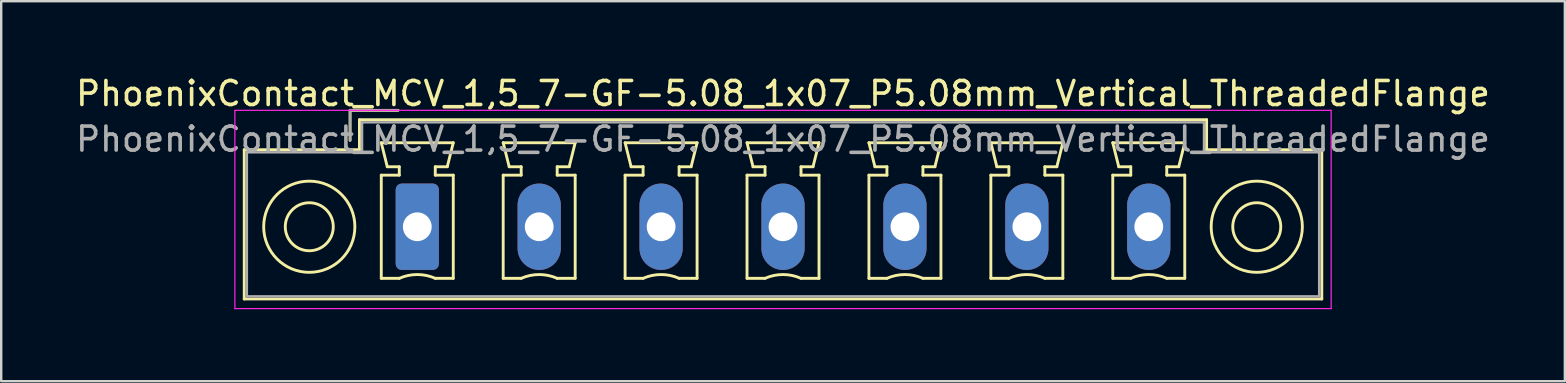
<source format=kicad_pcb>
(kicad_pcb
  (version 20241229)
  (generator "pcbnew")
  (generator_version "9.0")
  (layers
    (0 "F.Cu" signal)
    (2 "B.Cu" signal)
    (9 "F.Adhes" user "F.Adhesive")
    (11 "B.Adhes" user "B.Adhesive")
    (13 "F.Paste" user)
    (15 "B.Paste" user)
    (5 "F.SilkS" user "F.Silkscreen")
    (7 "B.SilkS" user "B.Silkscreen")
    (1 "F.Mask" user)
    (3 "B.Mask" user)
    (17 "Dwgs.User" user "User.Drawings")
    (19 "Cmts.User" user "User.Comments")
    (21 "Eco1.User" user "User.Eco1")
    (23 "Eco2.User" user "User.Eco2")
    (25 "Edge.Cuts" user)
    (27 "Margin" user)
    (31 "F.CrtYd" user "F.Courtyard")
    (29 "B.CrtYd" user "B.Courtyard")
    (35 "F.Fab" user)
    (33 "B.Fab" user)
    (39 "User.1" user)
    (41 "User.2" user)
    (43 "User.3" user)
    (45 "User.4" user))
  (footprint "PhoenixContact_MCV_1,5_7-GF-5.08_1x07_P5.08mm_Vertical_ThreadedFlange"
    (layer "F.Cu")
    (at 14.337 6.398)
    (property "Reference" "PhoenixContact_MCV_1,5_7-GF-5.08_1x07_P5.08mm_Vertical_ThreadedFlange" (at 15.24 -5.55 0) (layer "F.SilkS") (effects (font (size 1 1) (thickness 0.15))))
    (attr through_hole)
    (fp_line (start -7.21 -3.21) (end -7.21 3.01) (stroke (width 0.12) (type solid)) (layer "F.SilkS"))
    (fp_line (start -7.21 3.01) (end 37.69 3.01) (stroke (width 0.12) (type solid)) (layer "F.SilkS"))
    (fp_line (start -2.8 -4.85) (end -0.8 -4.85) (stroke (width 0.12) (type solid)) (layer "F.SilkS"))
    (fp_line (start -2.8 -3.6) (end -2.8 -4.85) (stroke (width 0.12) (type solid)) (layer "F.SilkS"))
    (fp_line (start -2.41 -4.46) (end -2.41 -3.21) (stroke (width 0.12) (type solid)) (layer "F.SilkS"))
    (fp_line (start -2.41 -3.21) (end -7.21 -3.21) (stroke (width 0.12) (type solid)) (layer "F.SilkS"))
    (fp_line (start -1.5 -3.5) (end 1.5 -3.5) (stroke (width 0.12) (type solid)) (layer "F.SilkS"))
    (fp_line (start -1.5 -2.15) (end -0.75 -2.15) (stroke (width 0.12) (type solid)) (layer "F.SilkS"))
    (fp_line (start -1.5 2.15) (end -1.5 -2.15) (stroke (width 0.12) (type solid)) (layer "F.SilkS"))
    (fp_line (start -1.25 -2.5) (end -1.5 -3.5) (stroke (width 0.12) (type solid)) (layer "F.SilkS"))
    (fp_line (start -0.75 -2.5) (end -1.25 -2.5) (stroke (width 0.12) (type solid)) (layer "F.SilkS"))
    (fp_line (start -0.75 -2.15) (end -0.75 -2.5) (stroke (width 0.12) (type solid)) (layer "F.SilkS"))
    (fp_line (start -0.75 2.15) (end -1.5 2.15) (stroke (width 0.12) (type solid)) (layer "F.SilkS"))
    (fp_line (start 0.75 -2.5) (end 0.75 -2.15) (stroke (width 0.12) (type solid)) (layer "F.SilkS"))
    (fp_line (start 0.75 -2.15) (end 1.5 -2.15) (stroke (width 0.12) (type solid)) (layer "F.SilkS"))
    (fp_line (start 1.25 -2.5) (end 0.75 -2.5) (stroke (width 0.12) (type solid)) (layer "F.SilkS"))
    (fp_line (start 1.5 -3.5) (end 1.25 -2.5) (stroke (width 0.12) (type solid)) (layer "F.SilkS"))
    (fp_line (start 1.5 -2.15) (end 1.5 2.15) (stroke (width 0.12) (type solid)) (layer "F.SilkS"))
    (fp_line (start 1.5 2.15) (end 0.75 2.15) (stroke (width 0.12) (type solid)) (layer "F.SilkS"))
    (fp_line (start 3.58 -3.5) (end 6.58 -3.5) (stroke (width 0.12) (type solid)) (layer "F.SilkS"))
    (fp_line (start 3.58 -2.15) (end 4.33 -2.15) (stroke (width 0.12) (type solid)) (layer "F.SilkS"))
    (fp_line (start 3.58 2.15) (end 3.58 -2.15) (stroke (width 0.12) (type solid)) (layer "F.SilkS"))
    (fp_line (start 3.83 -2.5) (end 3.58 -3.5) (stroke (width 0.12) (type solid)) (layer "F.SilkS"))
    (fp_line (start 4.33 -2.5) (end 3.83 -2.5) (stroke (width 0.12) (type solid)) (layer "F.SilkS"))
    (fp_line (start 4.33 -2.15) (end 4.33 -2.5) (stroke (width 0.12) (type solid)) (layer "F.SilkS"))
    (fp_line (start 4.33 2.15) (end 3.58 2.15) (stroke (width 0.12) (type solid)) (layer "F.SilkS"))
    (fp_line (start 5.83 -2.5) (end 5.83 -2.15) (stroke (width 0.12) (type solid)) (layer "F.SilkS"))
    (fp_line (start 5.83 -2.15) (end 6.58 -2.15) (stroke (width 0.12) (type solid)) (layer "F.SilkS"))
    (fp_line (start 6.33 -2.5) (end 5.83 -2.5) (stroke (width 0.12) (type solid)) (layer "F.SilkS"))
    (fp_line (start 6.58 -3.5) (end 6.33 -2.5) (stroke (width 0.12) (type solid)) (layer "F.SilkS"))
    (fp_line (start 6.58 -2.15) (end 6.58 2.15) (stroke (width 0.12) (type solid)) (layer "F.SilkS"))
    (fp_line (start 6.58 2.15) (end 5.83 2.15) (stroke (width 0.12) (type solid)) (layer "F.SilkS"))
    (fp_line (start 8.66 -3.5) (end 11.66 -3.5) (stroke (width 0.12) (type solid)) (layer "F.SilkS"))
    (fp_line (start 8.66 -2.15) (end 9.41 -2.15) (stroke (width 0.12) (type solid)) (layer "F.SilkS"))
    (fp_line (start 8.66 2.15) (end 8.66 -2.15) (stroke (width 0.12) (type solid)) (layer "F.SilkS"))
    (fp_line (start 8.91 -2.5) (end 8.66 -3.5) (stroke (width 0.12) (type solid)) (layer "F.SilkS"))
    (fp_line (start 9.41 -2.5) (end 8.91 -2.5) (stroke (width 0.12) (type solid)) (layer "F.SilkS"))
    (fp_line (start 9.41 -2.15) (end 9.41 -2.5) (stroke (width 0.12) (type solid)) (layer "F.SilkS"))
    (fp_line (start 9.41 2.15) (end 8.66 2.15) (stroke (width 0.12) (type solid)) (layer "F.SilkS"))
    (fp_line (start 10.91 -2.5) (end 10.91 -2.15) (stroke (width 0.12) (type solid)) (layer "F.SilkS"))
    (fp_line (start 10.91 -2.15) (end 11.66 -2.15) (stroke (width 0.12) (type solid)) (layer "F.SilkS"))
    (fp_line (start 11.41 -2.5) (end 10.91 -2.5) (stroke (width 0.12) (type solid)) (layer "F.SilkS"))
    (fp_line (start 11.66 -3.5) (end 11.41 -2.5) (stroke (width 0.12) (type solid)) (layer "F.SilkS"))
    (fp_line (start 11.66 -2.15) (end 11.66 2.15) (stroke (width 0.12) (type solid)) (layer "F.SilkS"))
    (fp_line (start 11.66 2.15) (end 10.91 2.15) (stroke (width 0.12) (type solid)) (layer "F.SilkS"))
    (fp_line (start 13.74 -3.5) (end 16.74 -3.5) (stroke (width 0.12) (type solid)) (layer "F.SilkS"))
    (fp_line (start 13.74 -2.15) (end 14.49 -2.15) (stroke (width 0.12) (type solid)) (layer "F.SilkS"))
    (fp_line (start 13.74 2.15) (end 13.74 -2.15) (stroke (width 0.12) (type solid)) (layer "F.SilkS"))
    (fp_line (start 13.99 -2.5) (end 13.74 -3.5) (stroke (width 0.12) (type solid)) (layer "F.SilkS"))
    (fp_line (start 14.49 -2.5) (end 13.99 -2.5) (stroke (width 0.12) (type solid)) (layer "F.SilkS"))
    (fp_line (start 14.49 -2.15) (end 14.49 -2.5) (stroke (width 0.12) (type solid)) (layer "F.SilkS"))
    (fp_line (start 14.49 2.15) (end 13.74 2.15) (stroke (width 0.12) (type solid)) (layer "F.SilkS"))
    (fp_line (start 15.99 -2.5) (end 15.99 -2.15) (stroke (width 0.12) (type solid)) (layer "F.SilkS"))
    (fp_line (start 15.99 -2.15) (end 16.74 -2.15) (stroke (width 0.12) (type solid)) (layer "F.SilkS"))
    (fp_line (start 16.49 -2.5) (end 15.99 -2.5) (stroke (width 0.12) (type solid)) (layer "F.SilkS"))
    (fp_line (start 16.74 -3.5) (end 16.49 -2.5) (stroke (width 0.12) (type solid)) (layer "F.SilkS"))
    (fp_line (start 16.74 -2.15) (end 16.74 2.15) (stroke (width 0.12) (type solid)) (layer "F.SilkS"))
    (fp_line (start 16.74 2.15) (end 15.99 2.15) (stroke (width 0.12) (type solid)) (layer "F.SilkS"))
    (fp_line (start 18.82 -3.5) (end 21.82 -3.5) (stroke (width 0.12) (type solid)) (layer "F.SilkS"))
    (fp_line (start 18.82 -2.15) (end 19.57 -2.15) (stroke (width 0.12) (type solid)) (layer "F.SilkS"))
    (fp_line (start 18.82 2.15) (end 18.82 -2.15) (stroke (width 0.12) (type solid)) (layer "F.SilkS"))
    (fp_line (start 19.07 -2.5) (end 18.82 -3.5) (stroke (width 0.12) (type solid)) (layer "F.SilkS"))
    (fp_line (start 19.57 -2.5) (end 19.07 -2.5) (stroke (width 0.12) (type solid)) (layer "F.SilkS"))
    (fp_line (start 19.57 -2.15) (end 19.57 -2.5) (stroke (width 0.12) (type solid)) (layer "F.SilkS"))
    (fp_line (start 19.57 2.15) (end 18.82 2.15) (stroke (width 0.12) (type solid)) (layer "F.SilkS"))
    (fp_line (start 21.07 -2.5) (end 21.07 -2.15) (stroke (width 0.12) (type solid)) (layer "F.SilkS"))
    (fp_line (start 21.07 -2.15) (end 21.82 -2.15) (stroke (width 0.12) (type solid)) (layer "F.SilkS"))
    (fp_line (start 21.57 -2.5) (end 21.07 -2.5) (stroke (width 0.12) (type solid)) (layer "F.SilkS"))
    (fp_line (start 21.82 -3.5) (end 21.57 -2.5) (stroke (width 0.12) (type solid)) (layer "F.SilkS"))
    (fp_line (start 21.82 -2.15) (end 21.82 2.15) (stroke (width 0.12) (type solid)) (layer "F.SilkS"))
    (fp_line (start 21.82 2.15) (end 21.07 2.15) (stroke (width 0.12) (type solid)) (layer "F.SilkS"))
    (fp_line (start 23.9 -3.5) (end 26.9 -3.5) (stroke (width 0.12) (type solid)) (layer "F.SilkS"))
    (fp_line (start 23.9 -2.15) (end 24.65 -2.15) (stroke (width 0.12) (type solid)) (layer "F.SilkS"))
    (fp_line (start 23.9 2.15) (end 23.9 -2.15) (stroke (width 0.12) (type solid)) (layer "F.SilkS"))
    (fp_line (start 24.15 -2.5) (end 23.9 -3.5) (stroke (width 0.12) (type solid)) (layer "F.SilkS"))
    (fp_line (start 24.65 -2.5) (end 24.15 -2.5) (stroke (width 0.12) (type solid)) (layer "F.SilkS"))
    (fp_line (start 24.65 -2.15) (end 24.65 -2.5) (stroke (width 0.12) (type solid)) (layer "F.SilkS"))
    (fp_line (start 24.65 2.15) (end 23.9 2.15) (stroke (width 0.12) (type solid)) (layer "F.SilkS"))
    (fp_line (start 26.15 -2.5) (end 26.15 -2.15) (stroke (width 0.12) (type solid)) (layer "F.SilkS"))
    (fp_line (start 26.15 -2.15) (end 26.9 -2.15) (stroke (width 0.12) (type solid)) (layer "F.SilkS"))
    (fp_line (start 26.65 -2.5) (end 26.15 -2.5) (stroke (width 0.12) (type solid)) (layer "F.SilkS"))
    (fp_line (start 26.9 -3.5) (end 26.65 -2.5) (stroke (width 0.12) (type solid)) (layer "F.SilkS"))
    (fp_line (start 26.9 -2.15) (end 26.9 2.15) (stroke (width 0.12) (type solid)) (layer "F.SilkS"))
    (fp_line (start 26.9 2.15) (end 26.15 2.15) (stroke (width 0.12) (type solid)) (layer "F.SilkS"))
    (fp_line (start 28.98 -3.5) (end 31.98 -3.5) (stroke (width 0.12) (type solid)) (layer "F.SilkS"))
    (fp_line (start 28.98 -2.15) (end 29.73 -2.15) (stroke (width 0.12) (type solid)) (layer "F.SilkS"))
    (fp_line (start 28.98 2.15) (end 28.98 -2.15) (stroke (width 0.12) (type solid)) (layer "F.SilkS"))
    (fp_line (start 29.23 -2.5) (end 28.98 -3.5) (stroke (width 0.12) (type solid)) (layer "F.SilkS"))
    (fp_line (start 29.73 -2.5) (end 29.23 -2.5) (stroke (width 0.12) (type solid)) (layer "F.SilkS"))
    (fp_line (start 29.73 -2.15) (end 29.73 -2.5) (stroke (width 0.12) (type solid)) (layer "F.SilkS"))
    (fp_line (start 29.73 2.15) (end 28.98 2.15) (stroke (width 0.12) (type solid)) (layer "F.SilkS"))
    (fp_line (start 31.23 -2.5) (end 31.23 -2.15) (stroke (width 0.12) (type solid)) (layer "F.SilkS"))
    (fp_line (start 31.23 -2.15) (end 31.98 -2.15) (stroke (width 0.12) (type solid)) (layer "F.SilkS"))
    (fp_line (start 31.73 -2.5) (end 31.23 -2.5) (stroke (width 0.12) (type solid)) (layer "F.SilkS"))
    (fp_line (start 31.98 -3.5) (end 31.73 -2.5) (stroke (width 0.12) (type solid)) (layer "F.SilkS"))
    (fp_line (start 31.98 -2.15) (end 31.98 2.15) (stroke (width 0.12) (type solid)) (layer "F.SilkS"))
    (fp_line (start 31.98 2.15) (end 31.23 2.15) (stroke (width 0.12) (type solid)) (layer "F.SilkS"))
    (fp_line (start 32.89 -4.46) (end -2.41 -4.46) (stroke (width 0.12) (type solid)) (layer "F.SilkS"))
    (fp_line (start 32.89 -3.21) (end 32.89 -4.46) (stroke (width 0.12) (type solid)) (layer "F.SilkS"))
    (fp_line (start 37.69 -3.21) (end 32.89 -3.21) (stroke (width 0.12) (type solid)) (layer "F.SilkS"))
    (fp_line (start 37.69 3.01) (end 37.69 -3.21) (stroke (width 0.12) (type solid)) (layer "F.SilkS"))
    (fp_arc (start -0.75 2.15) (mid -0.000193 1.99191) (end 0.749647 2.149844) (stroke (width 0.12) (type solid)) (layer "F.SilkS"))
    (fp_arc (start 4.33 2.15) (mid 5.079807 1.99191) (end 5.829647 2.149844) (stroke (width 0.12) (type solid)) (layer "F.SilkS"))
    (fp_arc (start 9.41 2.15) (mid 10.159807 1.99191) (end 10.909647 2.149844) (stroke (width 0.12) (type solid)) (layer "F.SilkS"))
    (fp_arc (start 14.49 2.15) (mid 15.239807 1.99191) (end 15.989647 2.149844) (stroke (width 0.12) (type solid)) (layer "F.SilkS"))
    (fp_arc (start 19.57 2.15) (mid 20.319807 1.99191) (end 21.069647 2.149844) (stroke (width 0.12) (type solid)) (layer "F.SilkS"))
    (fp_arc (start 24.65 2.15) (mid 25.399807 1.99191) (end 26.149647 2.149844) (stroke (width 0.12) (type solid)) (layer "F.SilkS"))
    (fp_arc (start 29.73 2.15) (mid 30.479807 1.99191) (end 31.229647 2.149844) (stroke (width 0.12) (type solid)) (layer "F.SilkS"))
    (fp_circle (center -4.5 0) (end -3.5 0) (stroke (width 0.12) (type solid)) (fill no) (layer "F.SilkS"))
    (fp_circle (center -4.5 0) (end -2.6 0) (stroke (width 0.12) (type solid)) (fill no) (layer "F.SilkS"))
    (fp_circle (center 34.98 0) (end 35.98 0) (stroke (width 0.12) (type solid)) (fill no) (layer "F.SilkS"))
    (fp_circle (center 34.98 0) (end 36.88 0) (stroke (width 0.12) (type solid)) (fill no) (layer "F.SilkS"))
    (fp_line (start -7.6 -4.85) (end -7.6 3.41) (stroke (width 0.05) (type solid)) (layer "F.CrtYd"))
    (fp_line (start -7.6 3.41) (end 38.08 3.41) (stroke (width 0.05) (type solid)) (layer "F.CrtYd"))
    (fp_line (start 38.08 -4.85) (end -7.6 -4.85) (stroke (width 0.05) (type solid)) (layer "F.CrtYd"))
    (fp_line (start 38.08 3.41) (end 38.08 -4.85) (stroke (width 0.05) (type solid)) (layer "F.CrtYd"))
    (fp_line (start -7.1 -3.1) (end -7.1 2.9) (stroke (width 0.1) (type solid)) (layer "F.Fab"))
    (fp_line (start -7.1 2.9) (end 37.58 2.9) (stroke (width 0.1) (type solid)) (layer "F.Fab"))
    (fp_line (start -2.8 -4.85) (end -0.8 -4.85) (stroke (width 0.1) (type solid)) (layer "F.Fab"))
    (fp_line (start -2.8 -3.6) (end -2.8 -4.85) (stroke (width 0.1) (type solid)) (layer "F.Fab"))
    (fp_line (start -2.3 -4.35) (end -2.3 -3.1) (stroke (width 0.1) (type solid)) (layer "F.Fab"))
    (fp_line (start -2.3 -3.1) (end -7.1 -3.1) (stroke (width 0.1) (type solid)) (layer "F.Fab"))
    (fp_line (start 32.78 -4.35) (end -2.3 -4.35) (stroke (width 0.1) (type solid)) (layer "F.Fab"))
    (fp_line (start 32.78 -3.1) (end 32.78 -4.35) (stroke (width 0.1) (type solid)) (layer "F.Fab"))
    (fp_line (start 37.58 -3.1) (end 32.78 -3.1) (stroke (width 0.1) (type solid)) (layer "F.Fab"))
    (fp_line (start 37.58 2.9) (end 37.58 -3.1) (stroke (width 0.1) (type solid)) (layer "F.Fab"))
    (fp_text user "${REFERENCE}" (at 15.24 -3.65 0) (layer "F.Fab") (effects (font (size 1 1) (thickness 0.15))))
    (pad "1" thru_hole roundrect (at 0 0) (size 1.8 3.6) (drill 1.2) (layers "*.Cu" "*.Mask") (roundrect_rratio 0.139))
    (pad "2" thru_hole oval (at 5.08 0) (size 1.8 3.6) (drill 1.2) (layers "*.Cu" "*.Mask"))
    (pad "3" thru_hole oval (at 10.16 0) (size 1.8 3.6) (drill 1.2) (layers "*.Cu" "*.Mask"))
    (pad "4" thru_hole oval (at 15.24 0) (size 1.8 3.6) (drill 1.2) (layers "*.Cu" "*.Mask"))
    (pad "5" thru_hole oval (at 20.32 0) (size 1.8 3.6) (drill 1.2) (layers "*.Cu" "*.Mask"))
    (pad "6" thru_hole oval (at 25.4 0) (size 1.8 3.6) (drill 1.2) (layers "*.Cu" "*.Mask"))
    (pad "7" thru_hole oval (at 30.48 0) (size 1.8 3.6) (drill 1.2) (layers "*.Cu" "*.Mask")))
  (gr_rect
    (start -3 -3)
    (end 62.155 12.833)
    (stroke (width 0.1) (type default))
    (fill no)
    (layer "Edge.Cuts")))
</source>
